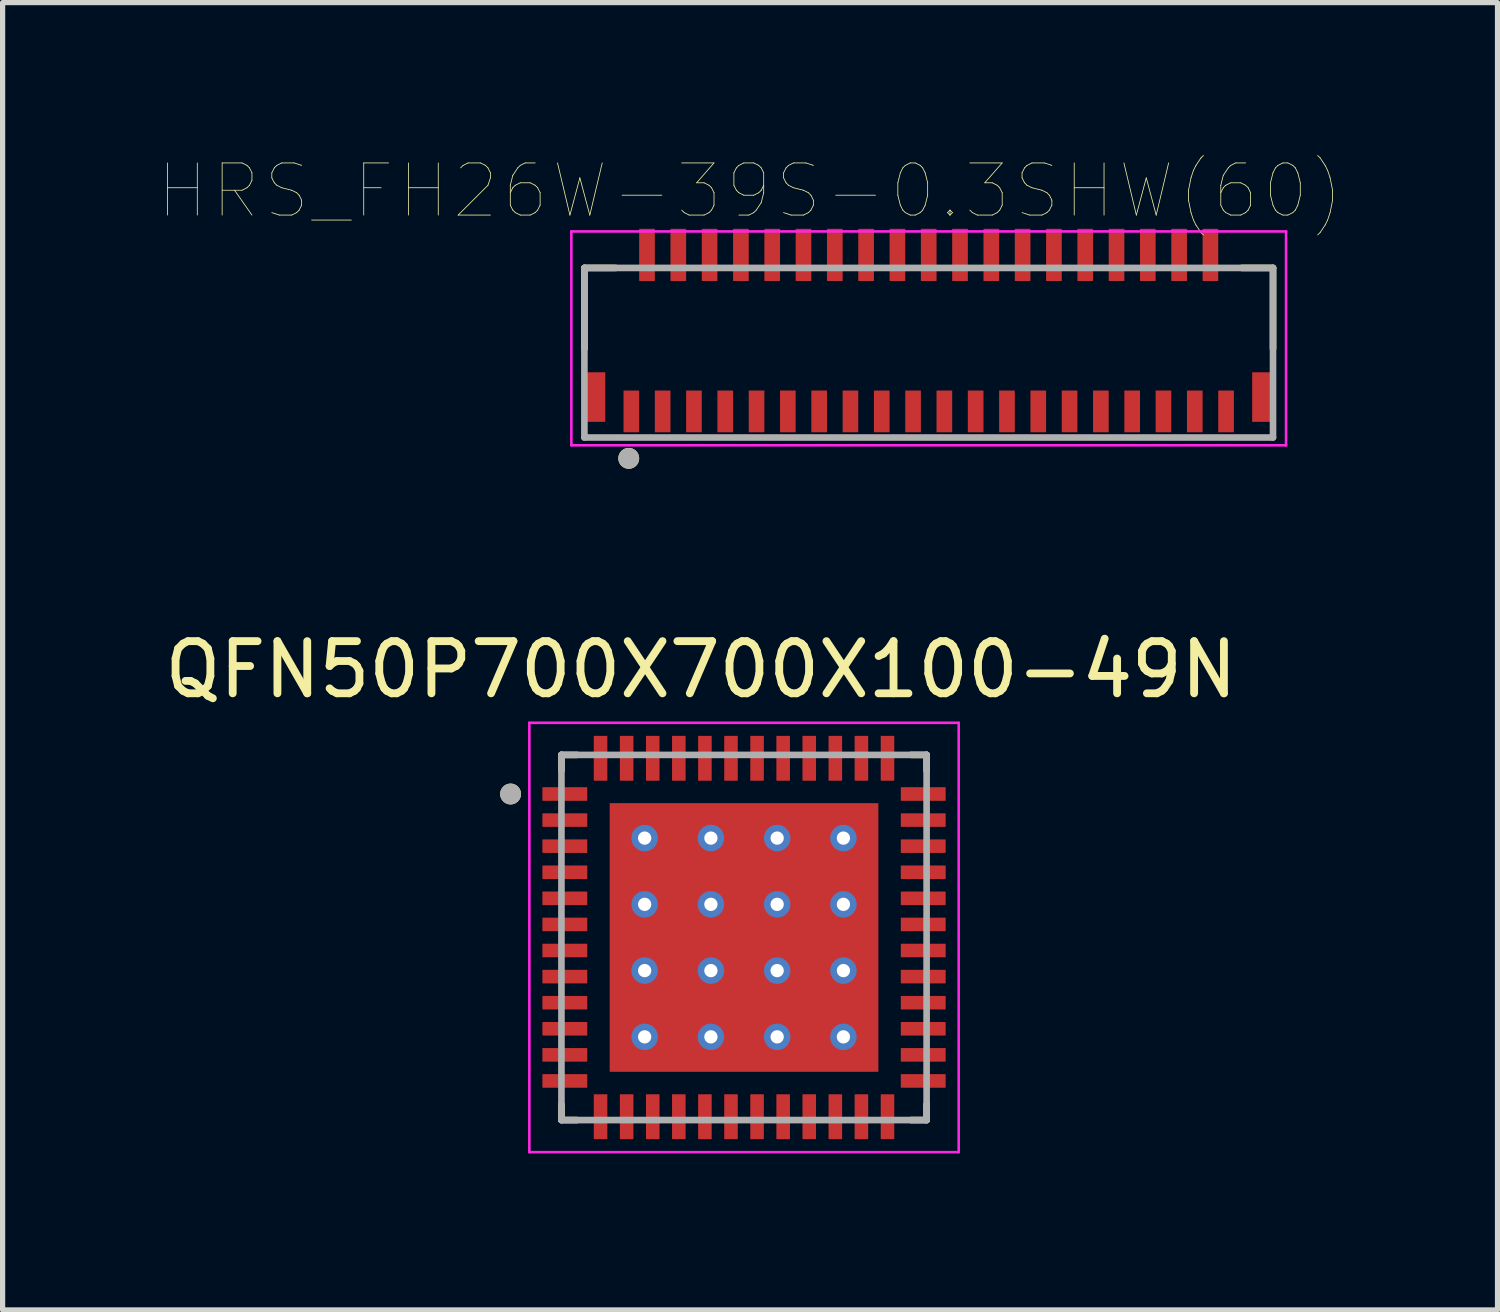
<source format=kicad_pcb>
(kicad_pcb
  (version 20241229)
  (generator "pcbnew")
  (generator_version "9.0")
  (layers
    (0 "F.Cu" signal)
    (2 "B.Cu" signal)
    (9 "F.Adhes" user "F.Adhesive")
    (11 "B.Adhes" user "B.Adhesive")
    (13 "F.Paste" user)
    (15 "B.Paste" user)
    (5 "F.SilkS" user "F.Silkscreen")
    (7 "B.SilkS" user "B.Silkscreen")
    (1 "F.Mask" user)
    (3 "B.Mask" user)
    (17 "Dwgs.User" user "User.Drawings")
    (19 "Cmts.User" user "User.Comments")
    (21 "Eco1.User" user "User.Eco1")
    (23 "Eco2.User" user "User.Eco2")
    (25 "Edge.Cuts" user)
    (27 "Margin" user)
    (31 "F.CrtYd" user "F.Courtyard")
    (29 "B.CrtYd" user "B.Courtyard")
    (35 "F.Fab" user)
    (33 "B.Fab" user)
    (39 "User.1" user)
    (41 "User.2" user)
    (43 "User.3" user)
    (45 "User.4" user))
  (footprint "HRS_FH26W-39S-0.3SHW(60)"
    (layer "F.Cu")
    (at 14.752 3.436)
    (property "Reference" "HRS_FH26W-39S-0.3SHW(60)" (at -3.425 -2.825 0) (layer "F.SilkS") (effects (font (size 1 1) (thickness 0.015))))
    (attr through_hole)
    (fp_line (start -6.6 -1.35) (end -6 -1.35) (stroke (width 0.127) (type solid)) (layer "F.SilkS"))
    (fp_line (start -6.6 0.2) (end -6.6 -1.35) (stroke (width 0.127) (type solid)) (layer "F.SilkS"))
    (fp_line (start 6.6 -1.35) (end 6 -1.35) (stroke (width 0.127) (type solid)) (layer "F.SilkS"))
    (fp_line (start 6.6 0.2) (end 6.6 -1.35) (stroke (width 0.127) (type solid)) (layer "F.SilkS"))
    (fp_circle (center -5.75 2.3) (end -5.65 2.3) (stroke (width 0.2) (type solid)) (fill no) (layer "F.SilkS"))
    (fp_line (start -6.85 -2.05) (end 6.85 -2.05) (stroke (width 0.05) (type solid)) (layer "F.CrtYd"))
    (fp_line (start -6.85 2.05) (end -6.85 -2.05) (stroke (width 0.05) (type solid)) (layer "F.CrtYd"))
    (fp_line (start 6.85 -2.05) (end 6.85 2.05) (stroke (width 0.05) (type solid)) (layer "F.CrtYd"))
    (fp_line (start 6.85 2.05) (end -6.85 2.05) (stroke (width 0.05) (type solid)) (layer "F.CrtYd"))
    (fp_line (start -6.6 -1.35) (end 6.6 -1.35) (stroke (width 0.127) (type solid)) (layer "F.Fab"))
    (fp_line (start -6.6 1.9) (end -6.6 -1.35) (stroke (width 0.127) (type solid)) (layer "F.Fab"))
    (fp_line (start 6.6 -1.35) (end 6.6 1.9) (stroke (width 0.127) (type solid)) (layer "F.Fab"))
    (fp_line (start 6.6 1.9) (end -6.6 1.9) (stroke (width 0.127) (type solid)) (layer "F.Fab"))
    (fp_circle (center -5.75 2.3) (end -5.65 2.3) (stroke (width 0.2) (type solid)) (fill no) (layer "F.Fab"))
    (pad "1" smd rect (at -5.7 1.4) (size 0.3 0.8) (layers "F.Cu" "F.Mask" "F.Paste"))
    (pad "2" smd rect (at -5.4 -1.6) (size 0.3 1) (layers "F.Cu" "F.Mask" "F.Paste"))
    (pad "3" smd rect (at -5.1 1.4) (size 0.3 0.8) (layers "F.Cu" "F.Mask" "F.Paste"))
    (pad "4" smd rect (at -4.8 -1.6) (size 0.3 1) (layers "F.Cu" "F.Mask" "F.Paste"))
    (pad "5" smd rect (at -4.5 1.4) (size 0.3 0.8) (layers "F.Cu" "F.Mask" "F.Paste"))
    (pad "6" smd rect (at -4.2 -1.6) (size 0.3 1) (layers "F.Cu" "F.Mask" "F.Paste"))
    (pad "7" smd rect (at -3.9 1.4) (size 0.3 0.8) (layers "F.Cu" "F.Mask" "F.Paste"))
    (pad "8" smd rect (at -3.6 -1.6) (size 0.3 1) (layers "F.Cu" "F.Mask" "F.Paste"))
    (pad "9" smd rect (at -3.3 1.4) (size 0.3 0.8) (layers "F.Cu" "F.Mask" "F.Paste"))
    (pad "10" smd rect (at -3 -1.6) (size 0.3 1) (layers "F.Cu" "F.Mask" "F.Paste"))
    (pad "11" smd rect (at -2.7 1.4) (size 0.3 0.8) (layers "F.Cu" "F.Mask" "F.Paste"))
    (pad "12" smd rect (at -2.4 -1.6) (size 0.3 1) (layers "F.Cu" "F.Mask" "F.Paste"))
    (pad "13" smd rect (at -2.1 1.4) (size 0.3 0.8) (layers "F.Cu" "F.Mask" "F.Paste"))
    (pad "14" smd rect (at -1.8 -1.6) (size 0.3 1) (layers "F.Cu" "F.Mask" "F.Paste"))
    (pad "15" smd rect (at -1.5 1.4) (size 0.3 0.8) (layers "F.Cu" "F.Mask" "F.Paste"))
    (pad "16" smd rect (at -1.2 -1.6) (size 0.3 1) (layers "F.Cu" "F.Mask" "F.Paste"))
    (pad "17" smd rect (at -0.9 1.4) (size 0.3 0.8) (layers "F.Cu" "F.Mask" "F.Paste"))
    (pad "18" smd rect (at -0.6 -1.6) (size 0.3 1) (layers "F.Cu" "F.Mask" "F.Paste"))
    (pad "19" smd rect (at -0.3 1.4) (size 0.3 0.8) (layers "F.Cu" "F.Mask" "F.Paste"))
    (pad "20" smd rect (at 0 -1.6) (size 0.3 1) (layers "F.Cu" "F.Mask" "F.Paste"))
    (pad "21" smd rect (at 0.3 1.4) (size 0.3 0.8) (layers "F.Cu" "F.Mask" "F.Paste"))
    (pad "22" smd rect (at 0.6 -1.6) (size 0.3 1) (layers "F.Cu" "F.Mask" "F.Paste"))
    (pad "23" smd rect (at 0.9 1.4) (size 0.3 0.8) (layers "F.Cu" "F.Mask" "F.Paste"))
    (pad "24" smd rect (at 1.2 -1.6) (size 0.3 1) (layers "F.Cu" "F.Mask" "F.Paste"))
    (pad "25" smd rect (at 1.5 1.4) (size 0.3 0.8) (layers "F.Cu" "F.Mask" "F.Paste"))
    (pad "26" smd rect (at 1.8 -1.6) (size 0.3 1) (layers "F.Cu" "F.Mask" "F.Paste"))
    (pad "27" smd rect (at 2.1 1.4) (size 0.3 0.8) (layers "F.Cu" "F.Mask" "F.Paste"))
    (pad "28" smd rect (at 2.4 -1.6) (size 0.3 1) (layers "F.Cu" "F.Mask" "F.Paste"))
    (pad "29" smd rect (at 2.7 1.4) (size 0.3 0.8) (layers "F.Cu" "F.Mask" "F.Paste"))
    (pad "30" smd rect (at 3 -1.6) (size 0.3 1) (layers "F.Cu" "F.Mask" "F.Paste"))
    (pad "31" smd rect (at 3.3 1.4) (size 0.3 0.8) (layers "F.Cu" "F.Mask" "F.Paste"))
    (pad "32" smd rect (at 3.6 -1.6) (size 0.3 1) (layers "F.Cu" "F.Mask" "F.Paste"))
    (pad "33" smd rect (at 3.9 1.4) (size 0.3 0.8) (layers "F.Cu" "F.Mask" "F.Paste"))
    (pad "34" smd rect (at 4.2 -1.6) (size 0.3 1) (layers "F.Cu" "F.Mask" "F.Paste"))
    (pad "35" smd rect (at 4.5 1.4) (size 0.3 0.8) (layers "F.Cu" "F.Mask" "F.Paste"))
    (pad "36" smd rect (at 4.8 -1.6) (size 0.3 1) (layers "F.Cu" "F.Mask" "F.Paste"))
    (pad "37" smd rect (at 5.1 1.4) (size 0.3 0.8) (layers "F.Cu" "F.Mask" "F.Paste"))
    (pad "38" smd rect (at 5.4 -1.6) (size 0.3 1) (layers "F.Cu" "F.Mask" "F.Paste"))
    (pad "39" smd rect (at 5.7 1.4) (size 0.3 0.8) (layers "F.Cu" "F.Mask" "F.Paste"))
    (pad "S1" smd rect (at -6.4 1.125) (size 0.4 0.95) (layers "F.Cu" "F.Mask" "F.Paste"))
    (pad "S2" smd rect (at 6.4 1.125) (size 0.4 0.95) (layers "F.Cu" "F.Mask" "F.Paste")))
  (footprint "QFN50P700X700X100-49N"
    (layer "F.Cu")
    (at 11.212 14.92)
    (property "Reference" "QFN50P700X700X100-49N" (at -0.825 -5.135 0) (layer "F.SilkS") (effects (font (size 1 1) (thickness 0.15))))
    (attr smd)
    (fp_line (start -3.5 -3.5) (end -3.5 -3.2) (stroke (width 0.127) (type solid)) (layer "F.SilkS"))
    (fp_line (start -3.5 -3.5) (end -3.2 -3.5) (stroke (width 0.127) (type solid)) (layer "F.SilkS"))
    (fp_line (start -3.5 3.5) (end -3.5 3.2) (stroke (width 0.127) (type solid)) (layer "F.SilkS"))
    (fp_line (start -3.5 3.5) (end -3.2 3.5) (stroke (width 0.127) (type solid)) (layer "F.SilkS"))
    (fp_line (start 3.5 -3.5) (end 3.2 -3.5) (stroke (width 0.127) (type solid)) (layer "F.SilkS"))
    (fp_line (start 3.5 -3.5) (end 3.5 -3.2) (stroke (width 0.127) (type solid)) (layer "F.SilkS"))
    (fp_line (start 3.5 3.5) (end 3.2 3.5) (stroke (width 0.127) (type solid)) (layer "F.SilkS"))
    (fp_line (start 3.5 3.5) (end 3.5 3.2) (stroke (width 0.127) (type solid)) (layer "F.SilkS"))
    (fp_circle (center -4.475 -2.75) (end -4.375 -2.75) (stroke (width 0.2) (type solid)) (fill no) (layer "F.SilkS"))
    (fp_poly (pts (xy -2.1 -2.1) (xy -0.48 -2.1) (xy -0.48 -0.48) (xy -2.1 -0.48)) (stroke (width 0.01) (type solid)) (fill yes) (layer "F.Paste"))
    (fp_poly (pts (xy -2.1 0.48) (xy -0.48 0.48) (xy -0.48 2.1) (xy -2.1 2.1)) (stroke (width 0.01) (type solid)) (fill yes) (layer "F.Paste"))
    (fp_poly (pts (xy 0.48 -2.1) (xy 2.1 -2.1) (xy 2.1 -0.48) (xy 0.48 -0.48)) (stroke (width 0.01) (type solid)) (fill yes) (layer "F.Paste"))
    (fp_poly (pts (xy 0.48 0.48) (xy 2.1 0.48) (xy 2.1 2.1) (xy 0.48 2.1)) (stroke (width 0.01) (type solid)) (fill yes) (layer "F.Paste"))
    (fp_line (start -4.115 -4.115) (end 4.115 -4.115) (stroke (width 0.05) (type solid)) (layer "F.CrtYd"))
    (fp_line (start -4.115 4.115) (end -4.115 -4.115) (stroke (width 0.05) (type solid)) (layer "F.CrtYd"))
    (fp_line (start -4.115 4.115) (end 4.115 4.115) (stroke (width 0.05) (type solid)) (layer "F.CrtYd"))
    (fp_line (start 4.115 4.115) (end 4.115 -4.115) (stroke (width 0.05) (type solid)) (layer "F.CrtYd"))
    (fp_line (start -3.5 3.5) (end -3.5 -3.5) (stroke (width 0.127) (type solid)) (layer "F.Fab"))
    (fp_line (start 3.5 -3.5) (end -3.5 -3.5) (stroke (width 0.127) (type solid)) (layer "F.Fab"))
    (fp_line (start 3.5 3.5) (end -3.5 3.5) (stroke (width 0.127) (type solid)) (layer "F.Fab"))
    (fp_line (start 3.5 3.5) (end 3.5 -3.5) (stroke (width 0.127) (type solid)) (layer "F.Fab"))
    (fp_circle (center -4.475 -2.75) (end -4.375 -2.75) (stroke (width 0.2) (type solid)) (fill no) (layer "F.Fab"))
    (pad "1" smd roundrect (at -3.435 -2.75) (size 0.86 0.26) (layers "F.Cu" "F.Mask" "F.Paste") (roundrect_rratio 0.03))
    (pad "2" smd roundrect (at -3.435 -2.25) (size 0.86 0.26) (layers "F.Cu" "F.Mask" "F.Paste") (roundrect_rratio 0.03))
    (pad "3" smd roundrect (at -3.435 -1.75) (size 0.86 0.26) (layers "F.Cu" "F.Mask" "F.Paste") (roundrect_rratio 0.03))
    (pad "4" smd roundrect (at -3.435 -1.25) (size 0.86 0.26) (layers "F.Cu" "F.Mask" "F.Paste") (roundrect_rratio 0.03))
    (pad "5" smd roundrect (at -3.435 -0.75) (size 0.86 0.26) (layers "F.Cu" "F.Mask" "F.Paste") (roundrect_rratio 0.03))
    (pad "6" smd roundrect (at -3.435 -0.25) (size 0.86 0.26) (layers "F.Cu" "F.Mask" "F.Paste") (roundrect_rratio 0.03))
    (pad "7" smd roundrect (at -3.435 0.25) (size 0.86 0.26) (layers "F.Cu" "F.Mask" "F.Paste") (roundrect_rratio 0.03))
    (pad "8" smd roundrect (at -3.435 0.75) (size 0.86 0.26) (layers "F.Cu" "F.Mask" "F.Paste") (roundrect_rratio 0.03))
    (pad "9" smd roundrect (at -3.435 1.25) (size 0.86 0.26) (layers "F.Cu" "F.Mask" "F.Paste") (roundrect_rratio 0.03))
    (pad "10" smd roundrect (at -3.435 1.75) (size 0.86 0.26) (layers "F.Cu" "F.Mask" "F.Paste") (roundrect_rratio 0.03))
    (pad "11" smd roundrect (at -3.435 2.25) (size 0.86 0.26) (layers "F.Cu" "F.Mask" "F.Paste") (roundrect_rratio 0.03))
    (pad "12" smd roundrect (at -3.435 2.75) (size 0.86 0.26) (layers "F.Cu" "F.Mask" "F.Paste") (roundrect_rratio 0.03))
    (pad "13" smd roundrect (at -2.75 3.435 90) (size 0.86 0.26) (layers "F.Cu" "F.Mask" "F.Paste") (roundrect_rratio 0.03))
    (pad "14" smd roundrect (at -2.25 3.435 90) (size 0.86 0.26) (layers "F.Cu" "F.Mask" "F.Paste") (roundrect_rratio 0.03))
    (pad "15" smd roundrect (at -1.75 3.435 90) (size 0.86 0.26) (layers "F.Cu" "F.Mask" "F.Paste") (roundrect_rratio 0.03))
    (pad "16" smd roundrect (at -1.25 3.435 90) (size 0.86 0.26) (layers "F.Cu" "F.Mask" "F.Paste") (roundrect_rratio 0.03))
    (pad "17" smd roundrect (at -0.75 3.435 90) (size 0.86 0.26) (layers "F.Cu" "F.Mask" "F.Paste") (roundrect_rratio 0.03))
    (pad "18" smd roundrect (at -0.25 3.435 90) (size 0.86 0.26) (layers "F.Cu" "F.Mask" "F.Paste") (roundrect_rratio 0.03))
    (pad "19" smd roundrect (at 0.25 3.435 90) (size 0.86 0.26) (layers "F.Cu" "F.Mask" "F.Paste") (roundrect_rratio 0.03))
    (pad "20" smd roundrect (at 0.75 3.435 90) (size 0.86 0.26) (layers "F.Cu" "F.Mask" "F.Paste") (roundrect_rratio 0.03))
    (pad "21" smd roundrect (at 1.25 3.435 90) (size 0.86 0.26) (layers "F.Cu" "F.Mask" "F.Paste") (roundrect_rratio 0.03))
    (pad "22" smd roundrect (at 1.75 3.435 90) (size 0.86 0.26) (layers "F.Cu" "F.Mask" "F.Paste") (roundrect_rratio 0.03))
    (pad "23" smd roundrect (at 2.25 3.435 90) (size 0.86 0.26) (layers "F.Cu" "F.Mask" "F.Paste") (roundrect_rratio 0.03))
    (pad "24" smd roundrect (at 2.75 3.435 90) (size 0.86 0.26) (layers "F.Cu" "F.Mask" "F.Paste") (roundrect_rratio 0.03))
    (pad "25" smd roundrect (at 3.435 2.75) (size 0.86 0.26) (layers "F.Cu" "F.Mask" "F.Paste") (roundrect_rratio 0.03))
    (pad "26" smd roundrect (at 3.435 2.25) (size 0.86 0.26) (layers "F.Cu" "F.Mask" "F.Paste") (roundrect_rratio 0.03))
    (pad "27" smd roundrect (at 3.435 1.75) (size 0.86 0.26) (layers "F.Cu" "F.Mask" "F.Paste") (roundrect_rratio 0.03))
    (pad "28" smd roundrect (at 3.435 1.25) (size 0.86 0.26) (layers "F.Cu" "F.Mask" "F.Paste") (roundrect_rratio 0.03))
    (pad "29" smd roundrect (at 3.435 0.75) (size 0.86 0.26) (layers "F.Cu" "F.Mask" "F.Paste") (roundrect_rratio 0.03))
    (pad "30" smd roundrect (at 3.435 0.25) (size 0.86 0.26) (layers "F.Cu" "F.Mask" "F.Paste") (roundrect_rratio 0.03))
    (pad "31" smd roundrect (at 3.435 -0.25) (size 0.86 0.26) (layers "F.Cu" "F.Mask" "F.Paste") (roundrect_rratio 0.03))
    (pad "32" smd roundrect (at 3.435 -0.75) (size 0.86 0.26) (layers "F.Cu" "F.Mask" "F.Paste") (roundrect_rratio 0.03))
    (pad "33" smd roundrect (at 3.435 -1.25) (size 0.86 0.26) (layers "F.Cu" "F.Mask" "F.Paste") (roundrect_rratio 0.03))
    (pad "34" smd roundrect (at 3.435 -1.75) (size 0.86 0.26) (layers "F.Cu" "F.Mask" "F.Paste") (roundrect_rratio 0.03))
    (pad "35" smd roundrect (at 3.435 -2.25) (size 0.86 0.26) (layers "F.Cu" "F.Mask" "F.Paste") (roundrect_rratio 0.03))
    (pad "36" smd roundrect (at 3.435 -2.75) (size 0.86 0.26) (layers "F.Cu" "F.Mask" "F.Paste") (roundrect_rratio 0.03))
    (pad "37" smd roundrect (at 2.75 -3.435 90) (size 0.86 0.26) (layers "F.Cu" "F.Mask" "F.Paste") (roundrect_rratio 0.03))
    (pad "38" smd roundrect (at 2.25 -3.435 90) (size 0.86 0.26) (layers "F.Cu" "F.Mask" "F.Paste") (roundrect_rratio 0.03))
    (pad "39" smd roundrect (at 1.75 -3.435 90) (size 0.86 0.26) (layers "F.Cu" "F.Mask" "F.Paste") (roundrect_rratio 0.03))
    (pad "40" smd roundrect (at 1.25 -3.435 90) (size 0.86 0.26) (layers "F.Cu" "F.Mask" "F.Paste") (roundrect_rratio 0.03))
    (pad "41" smd roundrect (at 0.75 -3.435 90) (size 0.86 0.26) (layers "F.Cu" "F.Mask" "F.Paste") (roundrect_rratio 0.03))
    (pad "42" smd roundrect (at 0.25 -3.435 90) (size 0.86 0.26) (layers "F.Cu" "F.Mask" "F.Paste") (roundrect_rratio 0.03))
    (pad "43" smd roundrect (at -0.25 -3.435 90) (size 0.86 0.26) (layers "F.Cu" "F.Mask" "F.Paste") (roundrect_rratio 0.03))
    (pad "44" smd roundrect (at -0.75 -3.435 90) (size 0.86 0.26) (layers "F.Cu" "F.Mask" "F.Paste") (roundrect_rratio 0.03))
    (pad "45" smd roundrect (at -1.25 -3.435 90) (size 0.86 0.26) (layers "F.Cu" "F.Mask" "F.Paste") (roundrect_rratio 0.03))
    (pad "46" smd roundrect (at -1.75 -3.435 90) (size 0.86 0.26) (layers "F.Cu" "F.Mask" "F.Paste") (roundrect_rratio 0.03))
    (pad "47" smd roundrect (at -2.25 -3.435 90) (size 0.86 0.26) (layers "F.Cu" "F.Mask" "F.Paste") (roundrect_rratio 0.03))
    (pad "48" smd roundrect (at -2.75 -3.435 90) (size 0.86 0.26) (layers "F.Cu" "F.Mask" "F.Paste") (roundrect_rratio 0.03))
    (pad "49" thru_hole circle (at -1.905 -1.905) (size 0.508 0.508) (drill 0.254) (layers "*.Cu" "*.Mask"))
    (pad "49" thru_hole circle (at -1.905 -0.635) (size 0.508 0.508) (drill 0.254) (layers "*.Cu" "*.Mask"))
    (pad "49" thru_hole circle (at -1.905 0.635) (size 0.508 0.508) (drill 0.254) (layers "*.Cu" "*.Mask"))
    (pad "49" thru_hole circle (at -1.905 1.905) (size 0.508 0.508) (drill 0.254) (layers "*.Cu" "*.Mask"))
    (pad "49" thru_hole circle (at -0.635 -1.905) (size 0.508 0.508) (drill 0.254) (layers "*.Cu" "*.Mask"))
    (pad "49" thru_hole circle (at -0.635 -0.635) (size 0.508 0.508) (drill 0.254) (layers "*.Cu" "*.Mask"))
    (pad "49" thru_hole circle (at -0.635 0.635) (size 0.508 0.508) (drill 0.254) (layers "*.Cu" "*.Mask"))
    (pad "49" thru_hole circle (at -0.635 1.905) (size 0.508 0.508) (drill 0.254) (layers "*.Cu" "*.Mask"))
    (pad "49" smd rect (at 0 0) (size 5.15 5.15) (layers "F.Cu" "F.Mask"))
    (pad "49" thru_hole circle (at 0.635 -1.905) (size 0.508 0.508) (drill 0.254) (layers "*.Cu" "*.Mask"))
    (pad "49" thru_hole circle (at 0.635 -0.635) (size 0.508 0.508) (drill 0.254) (layers "*.Cu" "*.Mask"))
    (pad "49" thru_hole circle (at 0.635 0.635) (size 0.508 0.508) (drill 0.254) (layers "*.Cu" "*.Mask"))
    (pad "49" thru_hole circle (at 0.635 1.905) (size 0.508 0.508) (drill 0.254) (layers "*.Cu" "*.Mask"))
    (pad "49" thru_hole circle (at 1.905 -1.905) (size 0.508 0.508) (drill 0.254) (layers "*.Cu" "*.Mask"))
    (pad "49" thru_hole circle (at 1.905 -0.635) (size 0.508 0.508) (drill 0.254) (layers "*.Cu" "*.Mask"))
    (pad "49" thru_hole circle (at 1.905 0.635) (size 0.508 0.508) (drill 0.254) (layers "*.Cu" "*.Mask"))
    (pad "49" thru_hole circle (at 1.905 1.905) (size 0.508 0.508) (drill 0.254) (layers "*.Cu" "*.Mask")))
  (gr_rect
    (start -3 -3)
    (end 25.655 22.06)
    (stroke (width 0.1) (type default))
    (fill no)
    (layer "Edge.Cuts")))
</source>
